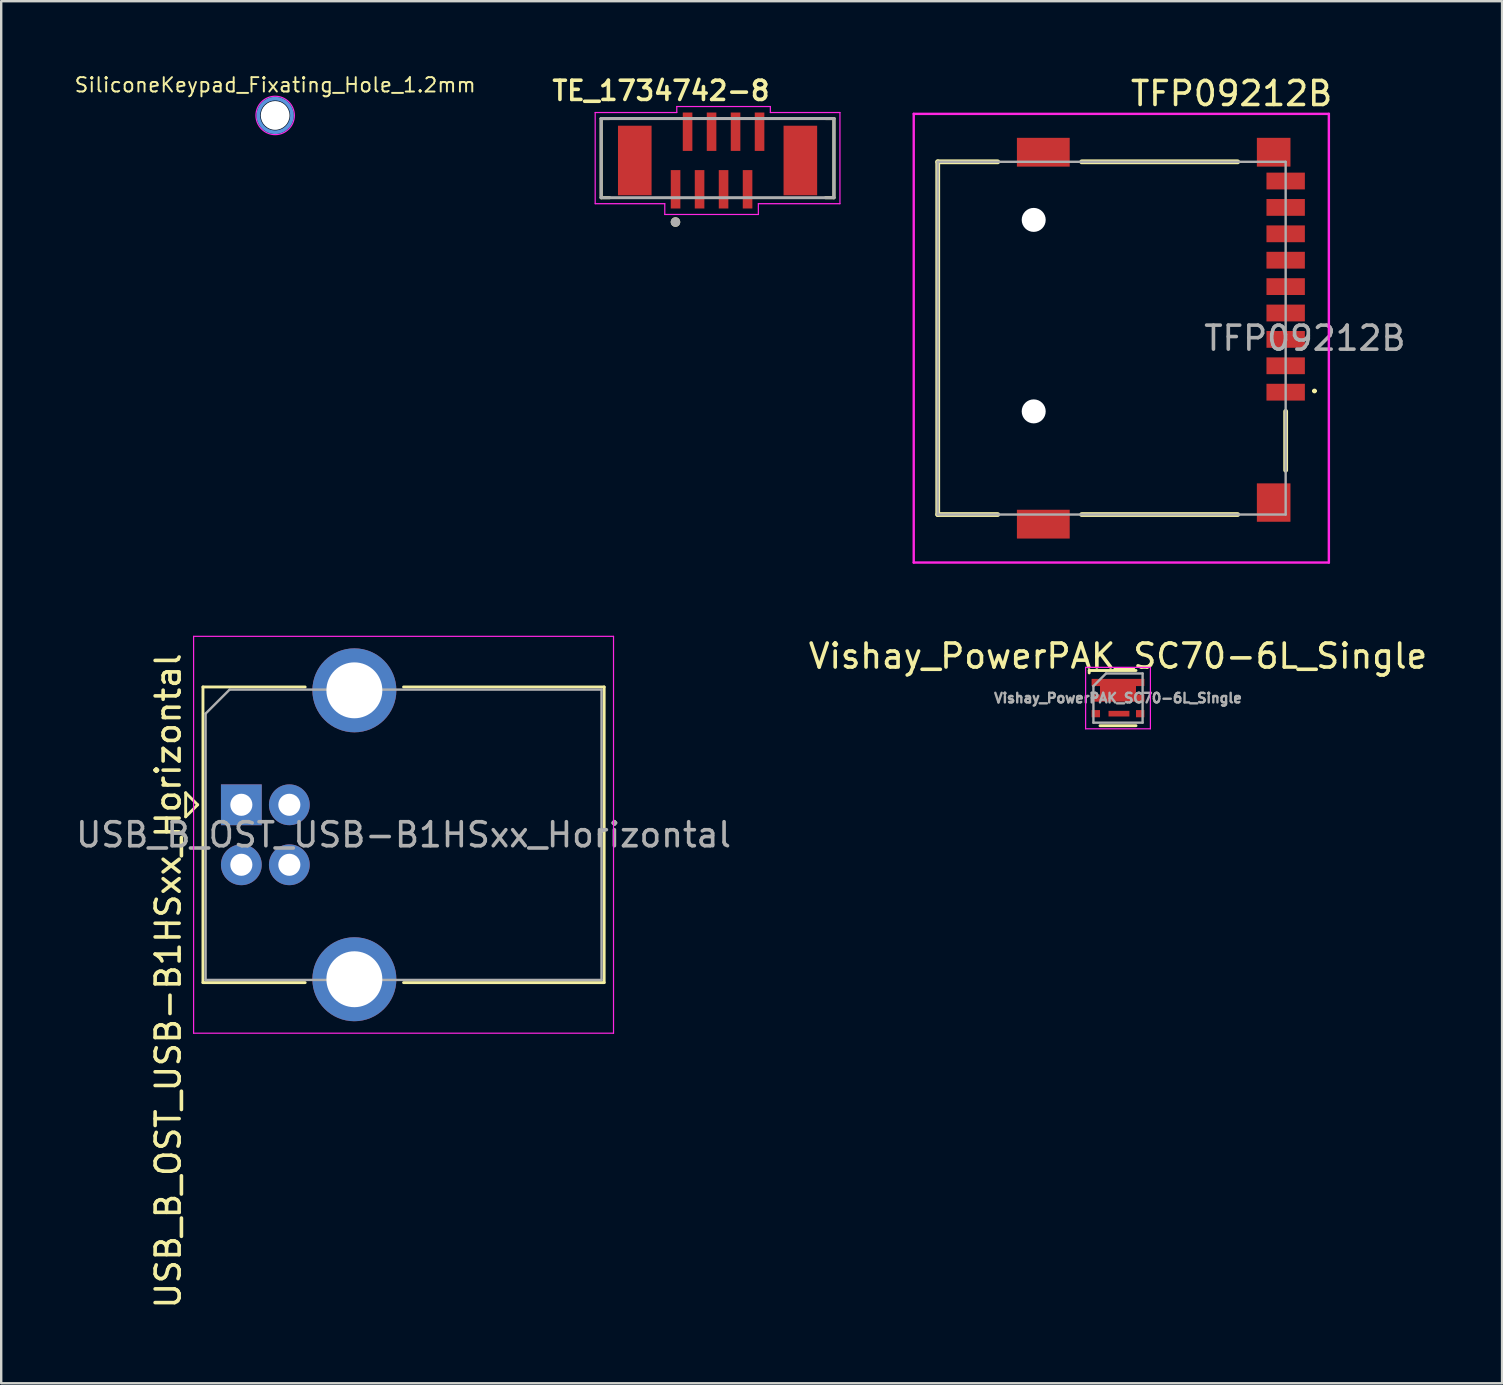
<source format=kicad_pcb>
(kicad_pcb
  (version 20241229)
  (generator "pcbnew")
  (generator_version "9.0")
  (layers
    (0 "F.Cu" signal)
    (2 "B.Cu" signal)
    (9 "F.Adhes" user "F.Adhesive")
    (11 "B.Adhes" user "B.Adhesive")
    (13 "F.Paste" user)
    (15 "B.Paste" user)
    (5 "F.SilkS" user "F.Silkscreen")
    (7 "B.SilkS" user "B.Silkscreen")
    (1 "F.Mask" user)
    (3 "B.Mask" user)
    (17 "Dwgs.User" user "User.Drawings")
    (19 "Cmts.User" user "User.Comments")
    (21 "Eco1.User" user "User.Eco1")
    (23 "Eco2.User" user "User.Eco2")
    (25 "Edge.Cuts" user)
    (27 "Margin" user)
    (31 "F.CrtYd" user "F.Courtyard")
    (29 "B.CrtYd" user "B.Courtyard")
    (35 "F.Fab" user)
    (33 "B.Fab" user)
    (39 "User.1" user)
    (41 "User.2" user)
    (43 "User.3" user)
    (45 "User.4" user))
  (footprint "Vishay_PowerPAK_SC70-6L_Single"
    (layer "F.Cu")
    (at 43.542 26.042)
    (property "Reference" "Vishay_PowerPAK_SC70-6L_Single" (at 0 -1.75 0) (layer "F.SilkS") (effects (font (size 1 1) (thickness 0.15))))
    (attr smd)
    (fp_line (start -1.2 -1.15) (end -1.2 -1.05) (stroke (width 0.12) (type solid)) (layer "F.SilkS"))
    (fp_line (start -1.2 -1.15) (end 0.75 -1.15) (stroke (width 0.12) (type solid)) (layer "F.SilkS"))
    (fp_line (start 0.75 1.15) (end -0.75 1.15) (stroke (width 0.12) (type solid)) (layer "F.SilkS"))
    (fp_line (start -1.35 -1.28) (end 1.35 -1.28) (stroke (width 0.05) (type solid)) (layer "F.CrtYd"))
    (fp_line (start -1.35 1.28) (end -1.35 -1.28) (stroke (width 0.05) (type solid)) (layer "F.CrtYd"))
    (fp_line (start 1.35 -1.28) (end 1.35 1.28) (stroke (width 0.05) (type solid)) (layer "F.CrtYd"))
    (fp_line (start 1.35 1.28) (end -1.35 1.28) (stroke (width 0.05) (type solid)) (layer "F.CrtYd"))
    (fp_line (start -1.025 -0.5) (end -0.5 -1.025) (stroke (width 0.1) (type solid)) (layer "F.Fab"))
    (fp_line (start -1.025 1.025) (end -1.025 -0.5) (stroke (width 0.1) (type solid)) (layer "F.Fab"))
    (fp_line (start -0.5 -1.025) (end 1.025 -1.025) (stroke (width 0.1) (type solid)) (layer "F.Fab"))
    (fp_line (start 1.025 -1.025) (end 1.025 1.025) (stroke (width 0.1) (type solid)) (layer "F.Fab"))
    (fp_line (start 1.025 1.025) (end -1.025 1.025) (stroke (width 0.1) (type solid)) (layer "F.Fab"))
    (fp_text user "${REFERENCE}" (at 0 0 0) (layer "F.Fab") (effects (font (size 0.4 0.4) (thickness 0.1))))
    (pad "" smd rect (at -0.35 -0.325) (size 0.6 0.8) (layers "F.Paste"))
    (pad "" smd rect (at 0.35 -0.325) (size 0.6 0.8) (layers "F.Paste"))
    (pad "1" smd rect (at -0.925 0.65) (size 0.35 0.3) (layers "F.Cu" "F.Mask" "F.Paste"))
    (pad "2" smd rect (at 0.04 0.65) (size 0.87 0.235) (layers "F.Cu" "F.Mask" "F.Paste"))
    (pad "2" smd rect (at 0.925 0.65) (size 0.35 0.3) (layers "F.Cu" "F.Mask" "F.Paste"))
    (pad "3" smd custom (at 0 -0.325) (size 1.5 0.95) (layers "F.Cu" "F.Mask") (options (anchor rect)) (primitives (gr_poly (pts (xy -1.1 -0.475) (xy 1.1 -0.475) (xy 1.1 -0.175) (xy -1.1 -0.175)) (width 0) (fill yes)) (gr_poly (pts (xy -1.1 0.175) (xy 1.1 0.175) (xy 1.1 0.475) (xy -1.1 0.475)) (width 0) (fill yes)))))
  (footprint "USB_B_OST_USB-B1HSxx_Horizontal"
    (layer "F.Cu")
    (at 7.008 30.489)
    (property "Reference" "USB_B_OST_USB-B1HSxx_Horizontal" (at -3.048 7.341 90) (layer "F.SilkS") (effects (font (size 1 1) (thickness 0.15))))
    (attr through_hole)
    (fp_line (start -2.32 -0.5) (end -2.32 0.5) (stroke (width 0.12) (type solid)) (layer "F.SilkS"))
    (fp_line (start -2.32 0.5) (end -1.82 0) (stroke (width 0.12) (type solid)) (layer "F.SilkS"))
    (fp_line (start -1.82 0) (end -2.32 -0.5) (stroke (width 0.12) (type solid)) (layer "F.SilkS"))
    (fp_line (start -1.6 -4.91) (end -1.6 7.41) (stroke (width 0.12) (type solid)) (layer "F.SilkS"))
    (fp_line (start -1.6 7.41) (end 2.66 7.41) (stroke (width 0.12) (type solid)) (layer "F.SilkS"))
    (fp_line (start 2.66 -4.91) (end -1.6 -4.91) (stroke (width 0.12) (type solid)) (layer "F.SilkS"))
    (fp_line (start 6.76 -4.91) (end 15.12 -4.91) (stroke (width 0.12) (type solid)) (layer "F.SilkS"))
    (fp_line (start 15.12 -4.91) (end 15.12 7.41) (stroke (width 0.12) (type solid)) (layer "F.SilkS"))
    (fp_line (start 15.12 7.41) (end 6.76 7.41) (stroke (width 0.12) (type solid)) (layer "F.SilkS"))
    (fp_line (start -1.99 -7.02) (end -1.99 9.52) (stroke (width 0.05) (type solid)) (layer "F.CrtYd"))
    (fp_line (start -1.99 9.52) (end 15.51 9.52) (stroke (width 0.05) (type solid)) (layer "F.CrtYd"))
    (fp_line (start 15.51 -7.02) (end -1.99 -7.02) (stroke (width 0.05) (type solid)) (layer "F.CrtYd"))
    (fp_line (start 15.51 9.52) (end 15.51 -7.02) (stroke (width 0.05) (type solid)) (layer "F.CrtYd"))
    (fp_line (start -1.49 -3.8) (end -0.49 -4.8) (stroke (width 0.1) (type solid)) (layer "F.Fab"))
    (fp_line (start -1.49 7.3) (end -1.49 -3.8) (stroke (width 0.1) (type solid)) (layer "F.Fab"))
    (fp_line (start -0.49 -4.8) (end 15.01 -4.8) (stroke (width 0.1) (type solid)) (layer "F.Fab"))
    (fp_line (start 15.01 -4.8) (end 15.01 7.3) (stroke (width 0.1) (type solid)) (layer "F.Fab"))
    (fp_line (start 15.01 7.3) (end -1.49 7.3) (stroke (width 0.1) (type solid)) (layer "F.Fab"))
    (fp_text user "${REFERENCE}" (at 6.76 1.25 0) (layer "F.Fab") (effects (font (size 1 1) (thickness 0.15))))
    (pad "1" thru_hole rect (at 0 0) (size 1.7 1.7) (drill 0.92) (layers "*.Cu" "*.Mask"))
    (pad "2" thru_hole circle (at 0 2.5) (size 1.7 1.7) (drill 0.92) (layers "*.Cu" "*.Mask"))
    (pad "3" thru_hole circle (at 2 2.5) (size 1.7 1.7) (drill 0.92) (layers "*.Cu" "*.Mask"))
    (pad "4" thru_hole circle (at 2 0) (size 1.7 1.7) (drill 0.92) (layers "*.Cu" "*.Mask"))
    (pad "5" thru_hole circle (at 4.71 -4.77) (size 3.5 3.5) (drill 2.33) (layers "*.Cu" "*.Mask"))
    (pad "5" thru_hole circle (at 4.71 7.27) (size 3.5 3.5) (drill 2.33) (layers "*.Cu" "*.Mask")))
  (footprint "TE_1734742-8"
    (layer "F.Cu")
    (at 26.854 3.639)
    (property "Reference" "TE_1734742-8" (at -2.36 -2.908 0) (layer "F.SilkS") (effects (font (size 0.8 0.8) (thickness 0.15))))
    (attr through_hole)
    (fp_line (start -4.85 -1.75) (end -4.85 1.55) (stroke (width 0.127) (type solid)) (layer "F.SilkS"))
    (fp_line (start -4.85 1.55) (end -4.5 1.55) (stroke (width 0.127) (type solid)) (layer "F.SilkS"))
    (fp_line (start -4.5 -1.75) (end -4.85 -1.75) (stroke (width 0.127) (type solid)) (layer "F.SilkS"))
    (fp_line (start 4.5 -1.75) (end 4.85 -1.75) (stroke (width 0.127) (type solid)) (layer "F.SilkS"))
    (fp_line (start 4.85 -1.75) (end 4.85 1.55) (stroke (width 0.127) (type solid)) (layer "F.SilkS"))
    (fp_line (start 4.85 1.55) (end 4.5 1.55) (stroke (width 0.127) (type solid)) (layer "F.SilkS"))
    (fp_circle (center -1.754 2.565) (end -1.654 2.565) (stroke (width 0.2) (type solid)) (fill no) (layer "F.SilkS"))
    (fp_line (start -5.1 -2) (end -1.7 -2) (stroke (width 0.05) (type solid)) (layer "F.CrtYd"))
    (fp_line (start -5.1 1.8) (end -5.1 -2) (stroke (width 0.05) (type solid)) (layer "F.CrtYd"))
    (fp_line (start -2.2 1.8) (end -5.1 1.8) (stroke (width 0.05) (type solid)) (layer "F.CrtYd"))
    (fp_line (start -2.2 2.25) (end -2.2 1.8) (stroke (width 0.05) (type solid)) (layer "F.CrtYd"))
    (fp_line (start -1.7 -2.25) (end 2.2 -2.25) (stroke (width 0.05) (type solid)) (layer "F.CrtYd"))
    (fp_line (start -1.7 -2) (end -1.7 -2.25) (stroke (width 0.05) (type solid)) (layer "F.CrtYd"))
    (fp_line (start 1.7 1.8) (end 1.7 2.25) (stroke (width 0.05) (type solid)) (layer "F.CrtYd"))
    (fp_line (start 1.7 2.25) (end -2.2 2.25) (stroke (width 0.05) (type solid)) (layer "F.CrtYd"))
    (fp_line (start 2.2 -2.25) (end 2.2 -2) (stroke (width 0.05) (type solid)) (layer "F.CrtYd"))
    (fp_line (start 2.2 -2) (end 5.1 -2) (stroke (width 0.05) (type solid)) (layer "F.CrtYd"))
    (fp_line (start 5.1 -2) (end 5.1 1.8) (stroke (width 0.05) (type solid)) (layer "F.CrtYd"))
    (fp_line (start 5.1 1.8) (end 1.7 1.8) (stroke (width 0.05) (type solid)) (layer "F.CrtYd"))
    (fp_line (start -4.85 -1.75) (end 4.85 -1.75) (stroke (width 0.127) (type solid)) (layer "F.Fab"))
    (fp_line (start -4.85 1.55) (end -4.85 -1.75) (stroke (width 0.127) (type solid)) (layer "F.Fab"))
    (fp_line (start 4.85 -1.75) (end 4.85 1.55) (stroke (width 0.127) (type solid)) (layer "F.Fab"))
    (fp_line (start 4.85 1.55) (end -4.85 1.55) (stroke (width 0.127) (type solid)) (layer "F.Fab"))
    (fp_circle (center -1.754 2.565) (end -1.654 2.565) (stroke (width 0.2) (type solid)) (fill no) (layer "F.Fab"))
    (pad "1" smd rect (at -1.75 1.2) (size 0.4 1.6) (layers "F.Cu" "F.Mask" "F.Paste"))
    (pad "2" smd rect (at -1.25 -1.2) (size 0.4 1.6) (layers "F.Cu" "F.Mask" "F.Paste"))
    (pad "3" smd rect (at -0.75 1.2) (size 0.4 1.6) (layers "F.Cu" "F.Mask" "F.Paste"))
    (pad "4" smd rect (at -0.25 -1.2) (size 0.4 1.6) (layers "F.Cu" "F.Mask" "F.Paste"))
    (pad "5" smd rect (at 0.25 1.2) (size 0.4 1.6) (layers "F.Cu" "F.Mask" "F.Paste"))
    (pad "6" smd rect (at 0.75 -1.2) (size 0.4 1.6) (layers "F.Cu" "F.Mask" "F.Paste"))
    (pad "7" smd rect (at 1.25 1.2) (size 0.4 1.6) (layers "F.Cu" "F.Mask" "F.Paste"))
    (pad "8" smd rect (at 1.75 -1.2) (size 0.4 1.6) (layers "F.Cu" "F.Mask" "F.Paste"))
    (pad "S1" smd rect (at -3.45 0) (size 1.4 2.9) (layers "F.Cu" "F.Mask" "F.Paste"))
    (pad "S2" smd rect (at 3.45 0) (size 1.4 2.9) (layers "F.Cu" "F.Mask" "F.Paste")))
  (footprint "SiliconeKeypad_Fixating_Hole_1.2mm"
    (layer "F.Cu")
    (at 8.417 1.761)
    (property "Reference" "SiliconeKeypad_Fixating_Hole_1.2mm" (at 0 -1.27 0) (layer "F.SilkS") (effects (font (size 0.6 0.6) (thickness 0.08))))
    (attr exclude_from_pos_files exclude_from_bom)
    (fp_circle (center 0 0) (end 0.7 0) (stroke (width 0.15) (type solid)) (fill no) (layer "Cmts.User"))
    (fp_circle (center 0 0) (end 0.8 0) (stroke (width 0.05) (type solid)) (fill no) (layer "F.CrtYd"))
    (pad "" np_thru_hole circle (at 0 0) (size 1.2 1.2) (drill 1.2) (layers "*.Cu" "*.Mask")))
  (footprint "TFP09212B"
    (layer "F.Cu")
    (at 43.679 11.044)
    (property "Reference" "TFP09212B" (at 4.595 -10.196 0) (layer "F.SilkS") (effects (font (size 1 1) (thickness 0.15))))
    (attr through_hole)
    (fp_line (start -7.65 -7.35) (end -7.65 7.35) (stroke (width 0.2) (type solid)) (layer "F.SilkS"))
    (fp_line (start -7.65 7.35) (end -5.15 7.35) (stroke (width 0.2) (type solid)) (layer "F.SilkS"))
    (fp_line (start -5.15 -7.35) (end -7.65 -7.35) (stroke (width 0.2) (type solid)) (layer "F.SilkS"))
    (fp_line (start -1.65 -7.35) (end 4.85 -7.35) (stroke (width 0.2) (type solid)) (layer "F.SilkS"))
    (fp_line (start -1.65 7.35) (end 4.85 7.35) (stroke (width 0.2) (type solid)) (layer "F.SilkS"))
    (fp_line (start 6.85 5.5) (end 6.85 3.05) (stroke (width 0.2) (type solid)) (layer "F.SilkS"))
    (fp_line (start 8 2.2) (end 8 2.2) (stroke (width 0.1) (type solid)) (layer "F.SilkS"))
    (fp_line (start 8.1 2.2) (end 8.1 2.2) (stroke (width 0.1) (type solid)) (layer "F.SilkS"))
    (fp_arc (start 8 2.2) (mid 8.05 2.15) (end 8.1 2.2) (stroke (width 0.1) (type solid)) (layer "F.SilkS"))
    (fp_arc (start 8.1 2.2) (mid 8.05 2.25) (end 8 2.2) (stroke (width 0.1) (type solid)) (layer "F.SilkS"))
    (fp_line (start -8.65 -9.35) (end 8.65 -9.35) (stroke (width 0.1) (type solid)) (layer "F.CrtYd"))
    (fp_line (start -8.65 9.35) (end -8.65 -9.35) (stroke (width 0.1) (type solid)) (layer "F.CrtYd"))
    (fp_line (start 8.65 -9.35) (end 8.65 9.35) (stroke (width 0.1) (type solid)) (layer "F.CrtYd"))
    (fp_line (start 8.65 9.35) (end -8.65 9.35) (stroke (width 0.1) (type solid)) (layer "F.CrtYd"))
    (fp_line (start -7.65 -7.35) (end 6.85 -7.35) (stroke (width 0.1) (type solid)) (layer "F.Fab"))
    (fp_line (start -7.65 7.35) (end -7.65 -7.35) (stroke (width 0.1) (type solid)) (layer "F.Fab"))
    (fp_line (start 6.85 -7.35) (end 6.85 7.35) (stroke (width 0.1) (type solid)) (layer "F.Fab"))
    (fp_line (start 6.85 7.35) (end -7.65 7.35) (stroke (width 0.1) (type solid)) (layer "F.Fab"))
    (fp_text user "${REFERENCE}" (at 7.65 0 0) (layer "F.Fab") (effects (font (size 1 1) (thickness 0.15))))
    (pad "" np_thru_hole circle (at -3.65 -4.93) (size 1 1) (drill 1) (layers "*.Cu" "*.Mask"))
    (pad "" np_thru_hole circle (at -3.65 3.05) (size 1 1) (drill 1) (layers "*.Cu" "*.Mask"))
    (pad "1" smd rect (at 6.85 2.25 90) (size 0.7 1.6) (layers "F.Cu" "F.Mask" "F.Paste"))
    (pad "2" smd rect (at 6.85 1.15 90) (size 0.7 1.6) (layers "F.Cu" "F.Mask" "F.Paste"))
    (pad "3" smd rect (at 6.85 0.05 90) (size 0.7 1.6) (layers "F.Cu" "F.Mask" "F.Paste"))
    (pad "4" smd rect (at 6.85 -1.05 90) (size 0.7 1.6) (layers "F.Cu" "F.Mask" "F.Paste"))
    (pad "5" smd rect (at 6.85 -2.15 90) (size 0.7 1.6) (layers "F.Cu" "F.Mask" "F.Paste"))
    (pad "6" smd rect (at 6.85 -3.25 90) (size 0.7 1.6) (layers "F.Cu" "F.Mask" "F.Paste"))
    (pad "7" smd rect (at 6.85 -4.35 90) (size 0.7 1.6) (layers "F.Cu" "F.Mask" "F.Paste"))
    (pad "8" smd rect (at 6.85 -5.45 90) (size 0.7 1.6) (layers "F.Cu" "F.Mask" "F.Paste"))
    (pad "CD1" smd rect (at 6.85 -6.55 90) (size 0.7 1.6) (layers "F.Cu" "F.Mask" "F.Paste"))
    (pad "G1" smd rect (at 6.35 -7.75 90) (size 1.2 1.4) (layers "F.Cu" "F.Mask" "F.Paste"))
    (pad "MP1" smd rect (at -3.25 7.75 90) (size 1.2 2.2) (layers "F.Cu" "F.Mask" "F.Paste"))
    (pad "MP2" smd rect (at -3.25 -7.75 90) (size 1.2 2.2) (layers "F.Cu" "F.Mask" "F.Paste"))
    (pad "MP3" smd rect (at 6.35 6.85) (size 1.4 1.6) (layers "F.Cu" "F.Mask" "F.Paste")))
  (gr_rect
    (start -3 -3)
    (end 59.548 54.597)
    (stroke (width 0.1) (type default))
    (fill no)
    (layer "Edge.Cuts")))
</source>
